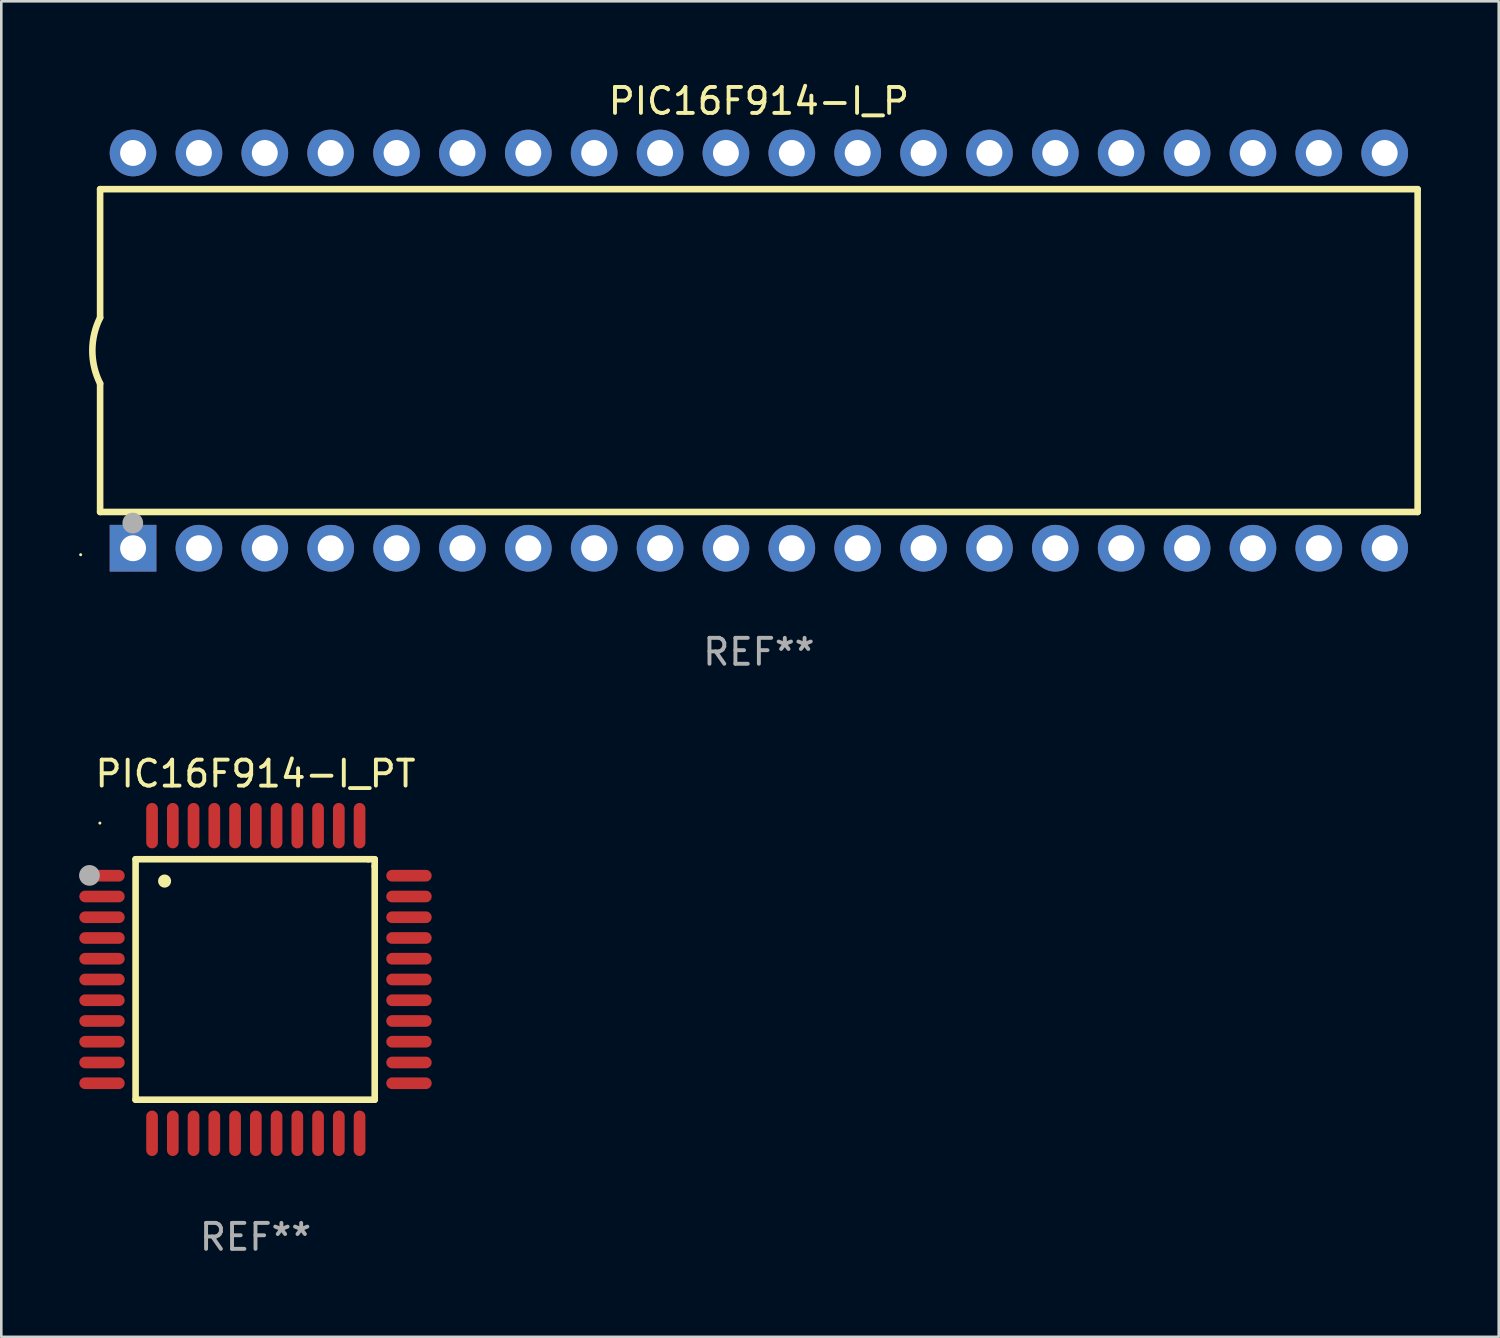
<source format=kicad_pcb>
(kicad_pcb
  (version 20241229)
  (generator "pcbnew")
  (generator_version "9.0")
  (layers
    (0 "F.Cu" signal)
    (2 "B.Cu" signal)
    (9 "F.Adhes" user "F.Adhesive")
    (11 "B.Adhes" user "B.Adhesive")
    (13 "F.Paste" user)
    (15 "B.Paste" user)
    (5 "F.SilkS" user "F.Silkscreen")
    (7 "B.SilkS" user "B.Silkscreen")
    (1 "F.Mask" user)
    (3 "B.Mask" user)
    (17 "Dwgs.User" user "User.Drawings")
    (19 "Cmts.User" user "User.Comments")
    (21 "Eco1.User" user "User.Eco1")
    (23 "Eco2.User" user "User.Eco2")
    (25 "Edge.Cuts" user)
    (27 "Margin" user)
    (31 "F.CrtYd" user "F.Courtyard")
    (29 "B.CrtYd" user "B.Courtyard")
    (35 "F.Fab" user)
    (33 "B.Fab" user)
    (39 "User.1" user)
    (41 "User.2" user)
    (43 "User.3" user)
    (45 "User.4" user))
  (footprint "PIC16F914-I_P"
    (layer "F.Cu")
    (at 26.21 10.468)
    (property "Reference" "PIC16F914-I_P" (at 0 -9.62 0) (layer "F.SilkS") (effects (font (size 1 1) (thickness 0.15))))
    (attr through_hole)
    (fp_line (start -25.4 -6.224) (end -25.4 -1.271) (stroke (width 0.254) (type solid)) (layer "F.SilkS"))
    (fp_line (start -25.4 -6.224) (end 25.4 -6.224) (stroke (width 0.254) (type solid)) (layer "F.SilkS"))
    (fp_line (start -25.4 1.269) (end -25.4 6.222) (stroke (width 0.254) (type solid)) (layer "F.SilkS"))
    (fp_line (start -25.4 6.222) (end 25.4 6.222) (stroke (width 0.254) (type solid)) (layer "F.SilkS"))
    (fp_line (start 25.4 6.222) (end 25.4 -6.224) (stroke (width 0.254) (type solid)) (layer "F.SilkS"))
    (fp_arc (start -25.4 1.269241) (mid -25.699807 -0.000762) (end -25.4 -1.270765) (stroke (width 0.254001) (type solid)) (layer "F.SilkS"))
    (fp_circle (center -26.15 7.87) (end -26.12 7.87) (stroke (width 0.06) (type solid)) (fill no) (layer "F.SilkS"))
    (fp_circle (center -24.14 6.65) (end -23.94 6.65) (stroke (width 0.4) (type solid)) (fill no) (layer "F.Fab"))
    (fp_text user "REF**" (at 0 11.62 0) (layer "F.Fab") (effects (font (size 1 1) (thickness 0.15))))
    (pad "1" thru_hole rect (at -24.13 7.62 90) (size 1.8 1.8) (drill 1) (layers "*.Cu" "*.Mask"))
    (pad "2" thru_hole circle (at -21.59 7.62) (size 1.8 1.8) (drill 1) (layers "*.Cu" "*.Mask"))
    (pad "3" thru_hole circle (at -19.05 7.62) (size 1.8 1.8) (drill 1) (layers "*.Cu" "*.Mask"))
    (pad "4" thru_hole circle (at -16.51 7.62) (size 1.8 1.8) (drill 1) (layers "*.Cu" "*.Mask"))
    (pad "5" thru_hole circle (at -13.97 7.62) (size 1.8 1.8) (drill 1) (layers "*.Cu" "*.Mask"))
    (pad "6" thru_hole circle (at -11.43 7.62) (size 1.8 1.8) (drill 1) (layers "*.Cu" "*.Mask"))
    (pad "7" thru_hole circle (at -8.89 7.62) (size 1.8 1.8) (drill 1) (layers "*.Cu" "*.Mask"))
    (pad "8" thru_hole circle (at -6.35 7.62) (size 1.8 1.8) (drill 1) (layers "*.Cu" "*.Mask"))
    (pad "9" thru_hole circle (at -3.81 7.62) (size 1.8 1.8) (drill 1) (layers "*.Cu" "*.Mask"))
    (pad "10" thru_hole circle (at -1.27 7.62) (size 1.8 1.8) (drill 1) (layers "*.Cu" "*.Mask"))
    (pad "11" thru_hole circle (at 1.27 7.62) (size 1.8 1.8) (drill 1) (layers "*.Cu" "*.Mask"))
    (pad "12" thru_hole circle (at 3.81 7.62) (size 1.8 1.8) (drill 1) (layers "*.Cu" "*.Mask"))
    (pad "13" thru_hole circle (at 6.35 7.62) (size 1.8 1.8) (drill 1) (layers "*.Cu" "*.Mask"))
    (pad "14" thru_hole circle (at 8.89 7.62) (size 1.8 1.8) (drill 1) (layers "*.Cu" "*.Mask"))
    (pad "15" thru_hole circle (at 11.43 7.62) (size 1.8 1.8) (drill 1) (layers "*.Cu" "*.Mask"))
    (pad "16" thru_hole circle (at 13.97 7.62) (size 1.8 1.8) (drill 1) (layers "*.Cu" "*.Mask"))
    (pad "17" thru_hole circle (at 16.51 7.62) (size 1.8 1.8) (drill 1) (layers "*.Cu" "*.Mask"))
    (pad "18" thru_hole circle (at 19.05 7.62) (size 1.8 1.8) (drill 1) (layers "*.Cu" "*.Mask"))
    (pad "19" thru_hole circle (at 21.59 7.62) (size 1.8 1.8) (drill 1) (layers "*.Cu" "*.Mask"))
    (pad "20" thru_hole circle (at 24.13 7.62) (size 1.8 1.8) (drill 1) (layers "*.Cu" "*.Mask"))
    (pad "21" thru_hole circle (at 24.13 -7.62) (size 1.8 1.8) (drill 1) (layers "*.Cu" "*.Mask"))
    (pad "22" thru_hole circle (at 21.59 -7.62) (size 1.8 1.8) (drill 1) (layers "*.Cu" "*.Mask"))
    (pad "23" thru_hole circle (at 19.05 -7.62) (size 1.8 1.8) (drill 1) (layers "*.Cu" "*.Mask"))
    (pad "24" thru_hole circle (at 16.51 -7.62) (size 1.8 1.8) (drill 1) (layers "*.Cu" "*.Mask"))
    (pad "25" thru_hole circle (at 13.97 -7.62) (size 1.8 1.8) (drill 1) (layers "*.Cu" "*.Mask"))
    (pad "26" thru_hole circle (at 11.43 -7.62) (size 1.8 1.8) (drill 1) (layers "*.Cu" "*.Mask"))
    (pad "27" thru_hole circle (at 8.89 -7.62) (size 1.8 1.8) (drill 1) (layers "*.Cu" "*.Mask"))
    (pad "28" thru_hole circle (at 6.35 -7.62) (size 1.8 1.8) (drill 1) (layers "*.Cu" "*.Mask"))
    (pad "29" thru_hole circle (at 3.81 -7.62) (size 1.8 1.8) (drill 1) (layers "*.Cu" "*.Mask"))
    (pad "30" thru_hole circle (at 1.27 -7.62) (size 1.8 1.8) (drill 1) (layers "*.Cu" "*.Mask"))
    (pad "31" thru_hole circle (at -1.27 -7.62) (size 1.8 1.8) (drill 1) (layers "*.Cu" "*.Mask"))
    (pad "32" thru_hole circle (at -3.81 -7.62) (size 1.8 1.8) (drill 1) (layers "*.Cu" "*.Mask"))
    (pad "33" thru_hole circle (at -6.35 -7.62) (size 1.8 1.8) (drill 1) (layers "*.Cu" "*.Mask"))
    (pad "34" thru_hole circle (at -8.89 -7.62) (size 1.8 1.8) (drill 1) (layers "*.Cu" "*.Mask"))
    (pad "35" thru_hole circle (at -11.43 -7.62) (size 1.8 1.8) (drill 1) (layers "*.Cu" "*.Mask"))
    (pad "36" thru_hole circle (at -13.97 -7.62) (size 1.8 1.8) (drill 1) (layers "*.Cu" "*.Mask"))
    (pad "37" thru_hole circle (at -16.51 -7.62) (size 1.8 1.8) (drill 1) (layers "*.Cu" "*.Mask"))
    (pad "38" thru_hole circle (at -19.05 -7.62) (size 1.8 1.8) (drill 1) (layers "*.Cu" "*.Mask"))
    (pad "39" thru_hole circle (at -21.59 -7.62) (size 1.8 1.8) (drill 1) (layers "*.Cu" "*.Mask"))
    (pad "40" thru_hole circle (at -24.13 -7.62) (size 1.8 1.8) (drill 1) (layers "*.Cu" "*.Mask")))
  (footprint "PIC16F914-I_PT"
    (layer "F.Cu")
    (at 6.801 34.716)
    (property "Reference" "PIC16F914-I_PT" (at 0 -7.931 0) (layer "F.SilkS") (effects (font (size 1 1) (thickness 0.15))))
    (attr through_hole)
    (fp_line (start -4.623 -4.636) (end 4.35 -4.636) (stroke (width 0.254) (type solid)) (layer "F.SilkS"))
    (fp_line (start -4.623 4.636) (end -4.623 -4.636) (stroke (width 0.254) (type solid)) (layer "F.SilkS"))
    (fp_line (start 4.35 -4.636) (end 4.597 -4.636) (stroke (width 0.254) (type solid)) (layer "F.SilkS"))
    (fp_line (start 4.597 -4.636) (end 4.597 -4.363) (stroke (width 0.254) (type solid)) (layer "F.SilkS"))
    (fp_line (start 4.597 -4.363) (end 4.597 4.636) (stroke (width 0.254) (type solid)) (layer "F.SilkS"))
    (fp_line (start 4.597 4.636) (end -4.623 4.636) (stroke (width 0.254) (type solid)) (layer "F.SilkS"))
    (fp_arc (start -3.505207 -3.792228) (mid -3.50522 -3.794768) (end -3.505207 -3.797308) (stroke (width 0.5) (type solid)) (layer "F.SilkS"))
    (fp_circle (center -6 -6.03) (end -5.97 -6.03) (stroke (width 0.06) (type solid)) (fill no) (layer "F.SilkS"))
    (fp_circle (center -6.401 -4.013) (end -6.201 -4.013) (stroke (width 0.4) (type solid)) (fill no) (layer "F.Fab"))
    (fp_text user "REF**" (at 0 9.931 0) (layer "F.Fab") (effects (font (size 1 1) (thickness 0.15))))
    (pad "1" smd oval (at -5.918 -4.001 90) (size 0.45 1.75) (layers "F.Cu" "F.Mask" "F.Paste"))
    (pad "2" smd oval (at -5.918 -3.2 90) (size 0.45 1.75) (layers "F.Cu" "F.Mask" "F.Paste"))
    (pad "3" smd oval (at -5.918 -2.4 90) (size 0.45 1.75) (layers "F.Cu" "F.Mask" "F.Paste"))
    (pad "4" smd oval (at -5.918 -1.6 90) (size 0.45 1.75) (layers "F.Cu" "F.Mask" "F.Paste"))
    (pad "5" smd oval (at -5.918 -0.8 90) (size 0.45 1.75) (layers "F.Cu" "F.Mask" "F.Paste"))
    (pad "6" smd oval (at -5.918 0 90) (size 0.45 1.75) (layers "F.Cu" "F.Mask" "F.Paste"))
    (pad "7" smd oval (at -5.918 0.8 90) (size 0.45 1.75) (layers "F.Cu" "F.Mask" "F.Paste"))
    (pad "8" smd oval (at -5.918 1.6 90) (size 0.45 1.75) (layers "F.Cu" "F.Mask" "F.Paste"))
    (pad "9" smd oval (at -5.918 2.4 90) (size 0.45 1.75) (layers "F.Cu" "F.Mask" "F.Paste"))
    (pad "10" smd oval (at -5.918 3.2 90) (size 0.45 1.75) (layers "F.Cu" "F.Mask" "F.Paste"))
    (pad "11" smd oval (at -5.918 4.001 90) (size 0.45 1.75) (layers "F.Cu" "F.Mask" "F.Paste"))
    (pad "12" smd oval (at -3.988 5.931) (size 0.45 1.75) (layers "F.Cu" "F.Mask" "F.Paste"))
    (pad "13" smd oval (at -3.188 5.931) (size 0.45 1.75) (layers "F.Cu" "F.Mask" "F.Paste"))
    (pad "14" smd oval (at -2.388 5.931) (size 0.45 1.75) (layers "F.Cu" "F.Mask" "F.Paste"))
    (pad "15" smd oval (at -1.588 5.931) (size 0.45 1.75) (layers "F.Cu" "F.Mask" "F.Paste"))
    (pad "16" smd oval (at -0.787 5.931) (size 0.45 1.75) (layers "F.Cu" "F.Mask" "F.Paste"))
    (pad "17" smd oval (at 0.013 5.931) (size 0.45 1.75) (layers "F.Cu" "F.Mask" "F.Paste"))
    (pad "18" smd oval (at 0.813 5.931) (size 0.45 1.75) (layers "F.Cu" "F.Mask" "F.Paste"))
    (pad "19" smd oval (at 1.613 5.931) (size 0.45 1.75) (layers "F.Cu" "F.Mask" "F.Paste"))
    (pad "20" smd oval (at 2.413 5.931) (size 0.45 1.75) (layers "F.Cu" "F.Mask" "F.Paste"))
    (pad "21" smd oval (at 3.213 5.931) (size 0.45 1.75) (layers "F.Cu" "F.Mask" "F.Paste"))
    (pad "22" smd oval (at 4.013 5.931) (size 0.45 1.75) (layers "F.Cu" "F.Mask" "F.Paste"))
    (pad "23" smd oval (at 5.918 4.001 90) (size 0.45 1.75) (layers "F.Cu" "F.Mask" "F.Paste"))
    (pad "24" smd oval (at 5.918 3.2 90) (size 0.45 1.75) (layers "F.Cu" "F.Mask" "F.Paste"))
    (pad "25" smd oval (at 5.918 2.4 90) (size 0.45 1.75) (layers "F.Cu" "F.Mask" "F.Paste"))
    (pad "26" smd oval (at 5.918 1.6 90) (size 0.45 1.75) (layers "F.Cu" "F.Mask" "F.Paste"))
    (pad "27" smd oval (at 5.918 0.8 90) (size 0.45 1.75) (layers "F.Cu" "F.Mask" "F.Paste"))
    (pad "28" smd oval (at 5.918 0 90) (size 0.45 1.75) (layers "F.Cu" "F.Mask" "F.Paste"))
    (pad "29" smd oval (at 5.918 -0.8 90) (size 0.45 1.75) (layers "F.Cu" "F.Mask" "F.Paste"))
    (pad "30" smd oval (at 5.918 -1.6 90) (size 0.45 1.75) (layers "F.Cu" "F.Mask" "F.Paste"))
    (pad "31" smd oval (at 5.918 -2.4 90) (size 0.45 1.75) (layers "F.Cu" "F.Mask" "F.Paste"))
    (pad "32" smd oval (at 5.918 -3.2 90) (size 0.45 1.75) (layers "F.Cu" "F.Mask" "F.Paste"))
    (pad "33" smd oval (at 5.918 -4.001 90) (size 0.45 1.75) (layers "F.Cu" "F.Mask" "F.Paste"))
    (pad "34" smd oval (at 4.013 -5.931) (size 0.45 1.75) (layers "F.Cu" "F.Mask" "F.Paste"))
    (pad "35" smd oval (at 3.213 -5.931) (size 0.45 1.75) (layers "F.Cu" "F.Mask" "F.Paste"))
    (pad "36" smd oval (at 2.413 -5.931) (size 0.45 1.75) (layers "F.Cu" "F.Mask" "F.Paste"))
    (pad "37" smd oval (at 1.613 -5.931) (size 0.45 1.75) (layers "F.Cu" "F.Mask" "F.Paste"))
    (pad "38" smd oval (at 0.813 -5.931) (size 0.45 1.75) (layers "F.Cu" "F.Mask" "F.Paste"))
    (pad "39" smd oval (at 0.013 -5.931) (size 0.45 1.75) (layers "F.Cu" "F.Mask" "F.Paste"))
    (pad "40" smd oval (at -0.787 -5.931) (size 0.45 1.75) (layers "F.Cu" "F.Mask" "F.Paste"))
    (pad "41" smd oval (at -1.588 -5.931) (size 0.45 1.75) (layers "F.Cu" "F.Mask" "F.Paste"))
    (pad "42" smd oval (at -2.388 -5.931) (size 0.45 1.75) (layers "F.Cu" "F.Mask" "F.Paste"))
    (pad "43" smd oval (at -3.188 -5.931) (size 0.45 1.75) (layers "F.Cu" "F.Mask" "F.Paste"))
    (pad "44" smd oval (at -3.988 -5.931) (size 0.45 1.75) (layers "F.Cu" "F.Mask" "F.Paste")))
  (gr_rect
    (start -3 -3)
    (end 54.737 48.495)
    (stroke (width 0.1) (type default))
    (fill no)
    (layer "Edge.Cuts")))
</source>
